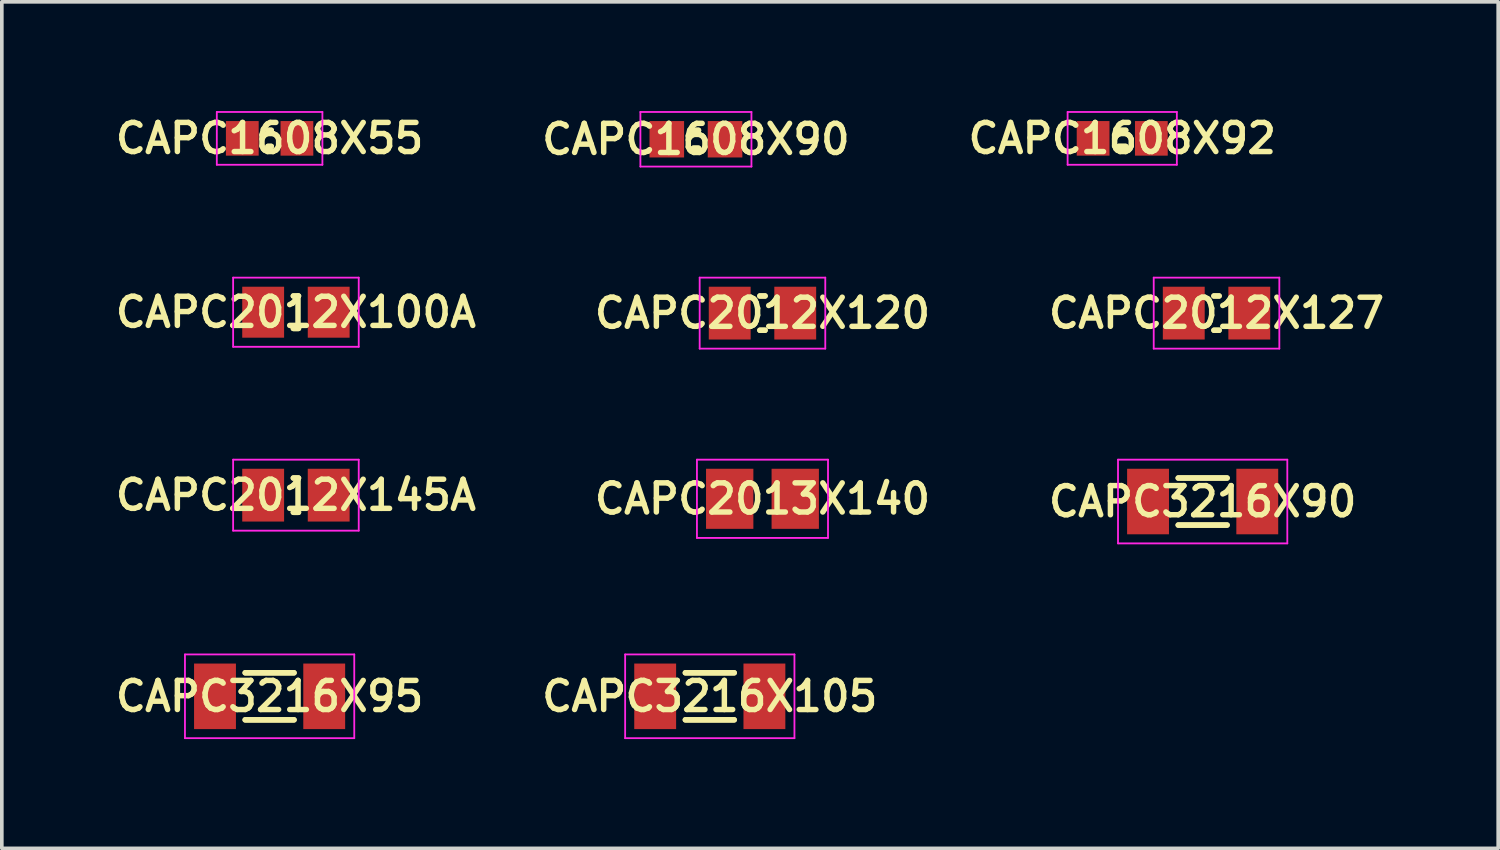
<source format=kicad_pcb>
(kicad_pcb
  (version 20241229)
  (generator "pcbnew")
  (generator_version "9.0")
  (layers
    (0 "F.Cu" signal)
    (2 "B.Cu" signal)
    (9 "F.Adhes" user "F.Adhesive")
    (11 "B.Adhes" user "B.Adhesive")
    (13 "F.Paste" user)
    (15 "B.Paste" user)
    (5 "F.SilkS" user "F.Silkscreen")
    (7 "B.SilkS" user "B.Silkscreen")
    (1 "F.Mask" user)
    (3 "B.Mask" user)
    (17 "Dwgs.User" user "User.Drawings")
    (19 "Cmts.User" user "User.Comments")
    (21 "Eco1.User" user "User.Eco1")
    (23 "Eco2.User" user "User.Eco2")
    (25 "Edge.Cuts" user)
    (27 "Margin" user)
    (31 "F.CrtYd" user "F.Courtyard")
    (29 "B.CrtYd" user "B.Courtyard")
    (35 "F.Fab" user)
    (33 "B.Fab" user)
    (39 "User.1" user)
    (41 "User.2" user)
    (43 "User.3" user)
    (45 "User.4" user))
  (footprint "CAPC1608X92"
    (layer "F.Cu")
    (at 27.773 0.75)
    (property "Reference" "CAPC1608X92" (at 0 0 0) (layer "F.SilkS") (effects (font (size 0.8 0.8) (thickness 0.15))))
    (attr smd)
    (fp_line (start -0.096 -0.221) (end 0.096 -0.221) (stroke (width 0.15) (type solid)) (layer "F.SilkS"))
    (fp_line (start -0.096 0.221) (end 0.096 0.221) (stroke (width 0.15) (type solid)) (layer "F.SilkS"))
    (fp_line (start 0.096 -0.221) (end -0.096 -0.221) (stroke (width 0.15) (type solid)) (layer "F.SilkS"))
    (fp_line (start 0.096 0.221) (end -0.096 0.221) (stroke (width 0.15) (type solid)) (layer "F.SilkS"))
    (fp_line (start -1.5 -0.725) (end 1.5 -0.725) (stroke (width 0.05) (type solid)) (layer "F.CrtYd"))
    (fp_line (start -1.5 0.725) (end -1.5 -0.725) (stroke (width 0.05) (type solid)) (layer "F.CrtYd"))
    (fp_line (start 1.5 -0.725) (end 1.5 0.725) (stroke (width 0.05) (type solid)) (layer "F.CrtYd"))
    (fp_line (start 1.5 0.725) (end -1.5 0.725) (stroke (width 0.05) (type solid)) (layer "F.CrtYd"))
    (pad "1" smd rect (at -0.8 0) (size 0.9 0.95) (layers "F.Cu" "F.Mask" "F.Paste"))
    (pad "2" smd rect (at 0.8 0) (size 0.9 0.95) (layers "F.Cu" "F.Mask" "F.Paste")))
  (footprint "CAPC1608X90"
    (layer "F.Cu")
    (at 16.064 0.775)
    (property "Reference" "CAPC1608X90" (at 0 0 0) (layer "F.SilkS") (effects (font (size 0.8 0.8) (thickness 0.15))))
    (attr smd)
    (fp_line (start -0.071 -0.246) (end 0.071 -0.246) (stroke (width 0.15) (type solid)) (layer "F.SilkS"))
    (fp_line (start -0.071 0.246) (end 0.071 0.246) (stroke (width 0.15) (type solid)) (layer "F.SilkS"))
    (fp_line (start 0.071 -0.246) (end -0.071 -0.246) (stroke (width 0.15) (type solid)) (layer "F.SilkS"))
    (fp_line (start 0.071 0.246) (end -0.071 0.246) (stroke (width 0.15) (type solid)) (layer "F.SilkS"))
    (fp_line (start -1.525 -0.75) (end 1.525 -0.75) (stroke (width 0.05) (type solid)) (layer "F.CrtYd"))
    (fp_line (start -1.525 0.75) (end -1.525 -0.75) (stroke (width 0.05) (type solid)) (layer "F.CrtYd"))
    (fp_line (start 1.525 -0.75) (end 1.525 0.75) (stroke (width 0.05) (type solid)) (layer "F.CrtYd"))
    (fp_line (start 1.525 0.75) (end -1.525 0.75) (stroke (width 0.05) (type solid)) (layer "F.CrtYd"))
    (pad "1" smd rect (at -0.8 0) (size 0.95 1) (layers "F.Cu" "F.Mask" "F.Paste"))
    (pad "2" smd rect (at 0.8 0) (size 0.95 1) (layers "F.Cu" "F.Mask" "F.Paste")))
  (footprint "CAPC2012X100A"
    (layer "F.Cu")
    (at 5.078 5.525)
    (property "Reference" "CAPC2012X100A" (at 0 0 0) (layer "F.SilkS") (effects (font (size 0.8 0.8) (thickness 0.15))))
    (attr smd)
    (fp_line (start -0.071 -0.446) (end 0.071 -0.446) (stroke (width 0.15) (type solid)) (layer "F.SilkS"))
    (fp_line (start -0.071 0.446) (end 0.071 0.446) (stroke (width 0.15) (type solid)) (layer "F.SilkS"))
    (fp_line (start 0.071 -0.446) (end -0.071 -0.446) (stroke (width 0.15) (type solid)) (layer "F.SilkS"))
    (fp_line (start 0.071 0.446) (end -0.071 0.446) (stroke (width 0.15) (type solid)) (layer "F.SilkS"))
    (fp_line (start -1.725 -0.95) (end 1.725 -0.95) (stroke (width 0.05) (type solid)) (layer "F.CrtYd"))
    (fp_line (start -1.725 0.95) (end -1.725 -0.95) (stroke (width 0.05) (type solid)) (layer "F.CrtYd"))
    (fp_line (start 1.725 -0.95) (end 1.725 0.95) (stroke (width 0.05) (type solid)) (layer "F.CrtYd"))
    (fp_line (start 1.725 0.95) (end -1.725 0.95) (stroke (width 0.05) (type solid)) (layer "F.CrtYd"))
    (pad "1" smd rect (at -0.9 0) (size 1.15 1.4) (layers "F.Cu" "F.Mask" "F.Paste"))
    (pad "2" smd rect (at 0.9 0) (size 1.15 1.4) (layers "F.Cu" "F.Mask" "F.Paste")))
  (footprint "CAPC3216X90"
    (layer "F.Cu")
    (at 29.982 10.725)
    (property "Reference" "CAPC3216X90" (at 0 0 0) (layer "F.SilkS") (effects (font (size 0.8 0.8) (thickness 0.15))))
    (attr smd)
    (fp_line (start -0.671 -0.646) (end 0.671 -0.646) (stroke (width 0.15) (type solid)) (layer "F.SilkS"))
    (fp_line (start -0.671 0.646) (end 0.671 0.646) (stroke (width 0.15) (type solid)) (layer "F.SilkS"))
    (fp_line (start 0.671 -0.646) (end -0.671 -0.646) (stroke (width 0.15) (type solid)) (layer "F.SilkS"))
    (fp_line (start 0.671 0.646) (end -0.671 0.646) (stroke (width 0.15) (type solid)) (layer "F.SilkS"))
    (fp_line (start -2.325 -1.15) (end 2.325 -1.15) (stroke (width 0.05) (type solid)) (layer "F.CrtYd"))
    (fp_line (start -2.325 1.15) (end -2.325 -1.15) (stroke (width 0.05) (type solid)) (layer "F.CrtYd"))
    (fp_line (start 2.325 -1.15) (end 2.325 1.15) (stroke (width 0.05) (type solid)) (layer "F.CrtYd"))
    (fp_line (start 2.325 1.15) (end -2.325 1.15) (stroke (width 0.05) (type solid)) (layer "F.CrtYd"))
    (pad "1" smd rect (at -1.5 0) (size 1.15 1.8) (layers "F.Cu" "F.Mask" "F.Paste"))
    (pad "2" smd rect (at 1.5 0) (size 1.15 1.8) (layers "F.Cu" "F.Mask" "F.Paste")))
  (footprint "CAPC1608X55"
    (layer "F.Cu")
    (at 4.355 0.75)
    (property "Reference" "CAPC1608X55" (at 0 0 0) (layer "F.SilkS") (effects (font (size 0.8 0.8) (thickness 0.15))))
    (attr smd)
    (fp_line (start -0.046 -0.221) (end 0.046 -0.221) (stroke (width 0.15) (type solid)) (layer "F.SilkS"))
    (fp_line (start -0.046 0.221) (end 0.046 0.221) (stroke (width 0.15) (type solid)) (layer "F.SilkS"))
    (fp_line (start 0.046 -0.221) (end -0.046 -0.221) (stroke (width 0.15) (type solid)) (layer "F.SilkS"))
    (fp_line (start 0.046 0.221) (end -0.046 0.221) (stroke (width 0.15) (type solid)) (layer "F.SilkS"))
    (fp_line (start -1.45 -0.725) (end 1.45 -0.725) (stroke (width 0.05) (type solid)) (layer "F.CrtYd"))
    (fp_line (start -1.45 0.725) (end -1.45 -0.725) (stroke (width 0.05) (type solid)) (layer "F.CrtYd"))
    (fp_line (start 1.45 -0.725) (end 1.45 0.725) (stroke (width 0.05) (type solid)) (layer "F.CrtYd"))
    (fp_line (start 1.45 0.725) (end -1.45 0.725) (stroke (width 0.05) (type solid)) (layer "F.CrtYd"))
    (pad "1" smd rect (at -0.75 0) (size 0.9 0.95) (layers "F.Cu" "F.Mask" "F.Paste"))
    (pad "2" smd rect (at 0.75 0) (size 0.9 0.95) (layers "F.Cu" "F.Mask" "F.Paste")))
  (footprint "CAPC2012X120"
    (layer "F.Cu")
    (at 17.892 5.55)
    (property "Reference" "CAPC2012X120" (at 0 0 0) (layer "F.SilkS") (effects (font (size 0.8 0.8) (thickness 0.15))))
    (attr smd)
    (fp_line (start -0.071 -0.471) (end 0.071 -0.471) (stroke (width 0.15) (type solid)) (layer "F.SilkS"))
    (fp_line (start -0.071 0.471) (end 0.071 0.471) (stroke (width 0.15) (type solid)) (layer "F.SilkS"))
    (fp_line (start 0.071 -0.471) (end -0.071 -0.471) (stroke (width 0.15) (type solid)) (layer "F.SilkS"))
    (fp_line (start 0.071 0.471) (end -0.071 0.471) (stroke (width 0.15) (type solid)) (layer "F.SilkS"))
    (fp_line (start -1.725 -0.975) (end 1.725 -0.975) (stroke (width 0.05) (type solid)) (layer "F.CrtYd"))
    (fp_line (start -1.725 0.975) (end -1.725 -0.975) (stroke (width 0.05) (type solid)) (layer "F.CrtYd"))
    (fp_line (start 1.725 -0.975) (end 1.725 0.975) (stroke (width 0.05) (type solid)) (layer "F.CrtYd"))
    (fp_line (start 1.725 0.975) (end -1.725 0.975) (stroke (width 0.05) (type solid)) (layer "F.CrtYd"))
    (pad "1" smd rect (at -0.9 0) (size 1.15 1.45) (layers "F.Cu" "F.Mask" "F.Paste"))
    (pad "2" smd rect (at 0.9 0) (size 1.15 1.45) (layers "F.Cu" "F.Mask" "F.Paste")))
  (footprint "CAPC2012X145A"
    (layer "F.Cu")
    (at 5.078 10.55)
    (property "Reference" "CAPC2012X145A" (at 0 0 0) (layer "F.SilkS") (effects (font (size 0.8 0.8) (thickness 0.15))))
    (attr smd)
    (fp_line (start -0.071 -0.471) (end 0.071 -0.471) (stroke (width 0.15) (type solid)) (layer "F.SilkS"))
    (fp_line (start -0.071 0.471) (end 0.071 0.471) (stroke (width 0.15) (type solid)) (layer "F.SilkS"))
    (fp_line (start 0.071 -0.471) (end -0.071 -0.471) (stroke (width 0.15) (type solid)) (layer "F.SilkS"))
    (fp_line (start 0.071 0.471) (end -0.071 0.471) (stroke (width 0.15) (type solid)) (layer "F.SilkS"))
    (fp_line (start -1.725 -0.975) (end 1.725 -0.975) (stroke (width 0.05) (type solid)) (layer "F.CrtYd"))
    (fp_line (start -1.725 0.975) (end -1.725 -0.975) (stroke (width 0.05) (type solid)) (layer "F.CrtYd"))
    (fp_line (start 1.725 -0.975) (end 1.725 0.975) (stroke (width 0.05) (type solid)) (layer "F.CrtYd"))
    (fp_line (start 1.725 0.975) (end -1.725 0.975) (stroke (width 0.05) (type solid)) (layer "F.CrtYd"))
    (pad "1" smd rect (at -0.9 0) (size 1.15 1.45) (layers "F.Cu" "F.Mask" "F.Paste"))
    (pad "2" smd rect (at 0.9 0) (size 1.15 1.45) (layers "F.Cu" "F.Mask" "F.Paste")))
  (footprint "CAPC2012X127"
    (layer "F.Cu")
    (at 30.363 5.55)
    (property "Reference" "CAPC2012X127" (at 0 0 0) (layer "F.SilkS") (effects (font (size 0.8 0.8) (thickness 0.15))))
    (attr smd)
    (fp_line (start -0.071 -0.471) (end 0.071 -0.471) (stroke (width 0.15) (type solid)) (layer "F.SilkS"))
    (fp_line (start -0.071 0.471) (end 0.071 0.471) (stroke (width 0.15) (type solid)) (layer "F.SilkS"))
    (fp_line (start 0.071 -0.471) (end -0.071 -0.471) (stroke (width 0.15) (type solid)) (layer "F.SilkS"))
    (fp_line (start 0.071 0.471) (end -0.071 0.471) (stroke (width 0.15) (type solid)) (layer "F.SilkS"))
    (fp_line (start -1.725 -0.975) (end 1.725 -0.975) (stroke (width 0.05) (type solid)) (layer "F.CrtYd"))
    (fp_line (start -1.725 0.975) (end -1.725 -0.975) (stroke (width 0.05) (type solid)) (layer "F.CrtYd"))
    (fp_line (start 1.725 -0.975) (end 1.725 0.975) (stroke (width 0.05) (type solid)) (layer "F.CrtYd"))
    (fp_line (start 1.725 0.975) (end -1.725 0.975) (stroke (width 0.05) (type solid)) (layer "F.CrtYd"))
    (pad "1" smd rect (at -0.9 0) (size 1.15 1.45) (layers "F.Cu" "F.Mask" "F.Paste"))
    (pad "2" smd rect (at 0.9 0) (size 1.15 1.45) (layers "F.Cu" "F.Mask" "F.Paste")))
  (footprint "CAPC2013X140"
    (layer "F.Cu")
    (at 17.892 10.65)
    (property "Reference" "CAPC2013X140" (at 0 0 0) (layer "F.SilkS") (effects (font (size 0.8 0.8) (thickness 0.15))))
    (attr smd)
    (fp_line (start -1.8 -1.075) (end 1.8 -1.075) (stroke (width 0.05) (type solid)) (layer "F.CrtYd"))
    (fp_line (start -1.8 1.075) (end -1.8 -1.075) (stroke (width 0.05) (type solid)) (layer "F.CrtYd"))
    (fp_line (start 1.8 -1.075) (end 1.8 1.075) (stroke (width 0.05) (type solid)) (layer "F.CrtYd"))
    (fp_line (start 1.8 1.075) (end -1.8 1.075) (stroke (width 0.05) (type solid)) (layer "F.CrtYd"))
    (pad "1" smd rect (at -0.9 0) (size 1.3 1.65) (layers "F.Cu" "F.Mask" "F.Paste"))
    (pad "2" smd rect (at 0.9 0) (size 1.3 1.65) (layers "F.Cu" "F.Mask" "F.Paste")))
  (footprint "CAPC3216X105"
    (layer "F.Cu")
    (at 16.445 16.075)
    (property "Reference" "CAPC3216X105" (at 0 0 0) (layer "F.SilkS") (effects (font (size 0.8 0.8) (thickness 0.15))))
    (attr smd)
    (fp_line (start -0.671 -0.646) (end 0.671 -0.646) (stroke (width 0.15) (type solid)) (layer "F.SilkS"))
    (fp_line (start -0.671 0.646) (end 0.671 0.646) (stroke (width 0.15) (type solid)) (layer "F.SilkS"))
    (fp_line (start 0.671 -0.646) (end -0.671 -0.646) (stroke (width 0.15) (type solid)) (layer "F.SilkS"))
    (fp_line (start 0.671 0.646) (end -0.671 0.646) (stroke (width 0.15) (type solid)) (layer "F.SilkS"))
    (fp_line (start -2.325 -1.15) (end 2.325 -1.15) (stroke (width 0.05) (type solid)) (layer "F.CrtYd"))
    (fp_line (start -2.325 1.15) (end -2.325 -1.15) (stroke (width 0.05) (type solid)) (layer "F.CrtYd"))
    (fp_line (start 2.325 -1.15) (end 2.325 1.15) (stroke (width 0.05) (type solid)) (layer "F.CrtYd"))
    (fp_line (start 2.325 1.15) (end -2.325 1.15) (stroke (width 0.05) (type solid)) (layer "F.CrtYd"))
    (pad "1" smd rect (at -1.5 0) (size 1.15 1.8) (layers "F.Cu" "F.Mask" "F.Paste"))
    (pad "2" smd rect (at 1.5 0) (size 1.15 1.8) (layers "F.Cu" "F.Mask" "F.Paste")))
  (footprint "CAPC3216X95"
    (layer "F.Cu")
    (at 4.355 16.075)
    (property "Reference" "CAPC3216X95" (at 0 0 0) (layer "F.SilkS") (effects (font (size 0.8 0.8) (thickness 0.15))))
    (attr smd)
    (fp_line (start -0.671 -0.646) (end 0.671 -0.646) (stroke (width 0.15) (type solid)) (layer "F.SilkS"))
    (fp_line (start -0.671 0.646) (end 0.671 0.646) (stroke (width 0.15) (type solid)) (layer "F.SilkS"))
    (fp_line (start 0.671 -0.646) (end -0.671 -0.646) (stroke (width 0.15) (type solid)) (layer "F.SilkS"))
    (fp_line (start 0.671 0.646) (end -0.671 0.646) (stroke (width 0.15) (type solid)) (layer "F.SilkS"))
    (fp_line (start -2.325 -1.15) (end 2.325 -1.15) (stroke (width 0.05) (type solid)) (layer "F.CrtYd"))
    (fp_line (start -2.325 1.15) (end -2.325 -1.15) (stroke (width 0.05) (type solid)) (layer "F.CrtYd"))
    (fp_line (start 2.325 -1.15) (end 2.325 1.15) (stroke (width 0.05) (type solid)) (layer "F.CrtYd"))
    (fp_line (start 2.325 1.15) (end -2.325 1.15) (stroke (width 0.05) (type solid)) (layer "F.CrtYd"))
    (pad "1" smd rect (at -1.5 0) (size 1.15 1.8) (layers "F.Cu" "F.Mask" "F.Paste"))
    (pad "2" smd rect (at 1.5 0) (size 1.15 1.8) (layers "F.Cu" "F.Mask" "F.Paste")))
  (gr_rect
    (start -3 -3)
    (end 38.099 20.25)
    (stroke (width 0.1) (type default))
    (fill no)
    (layer "Edge.Cuts")))
</source>
